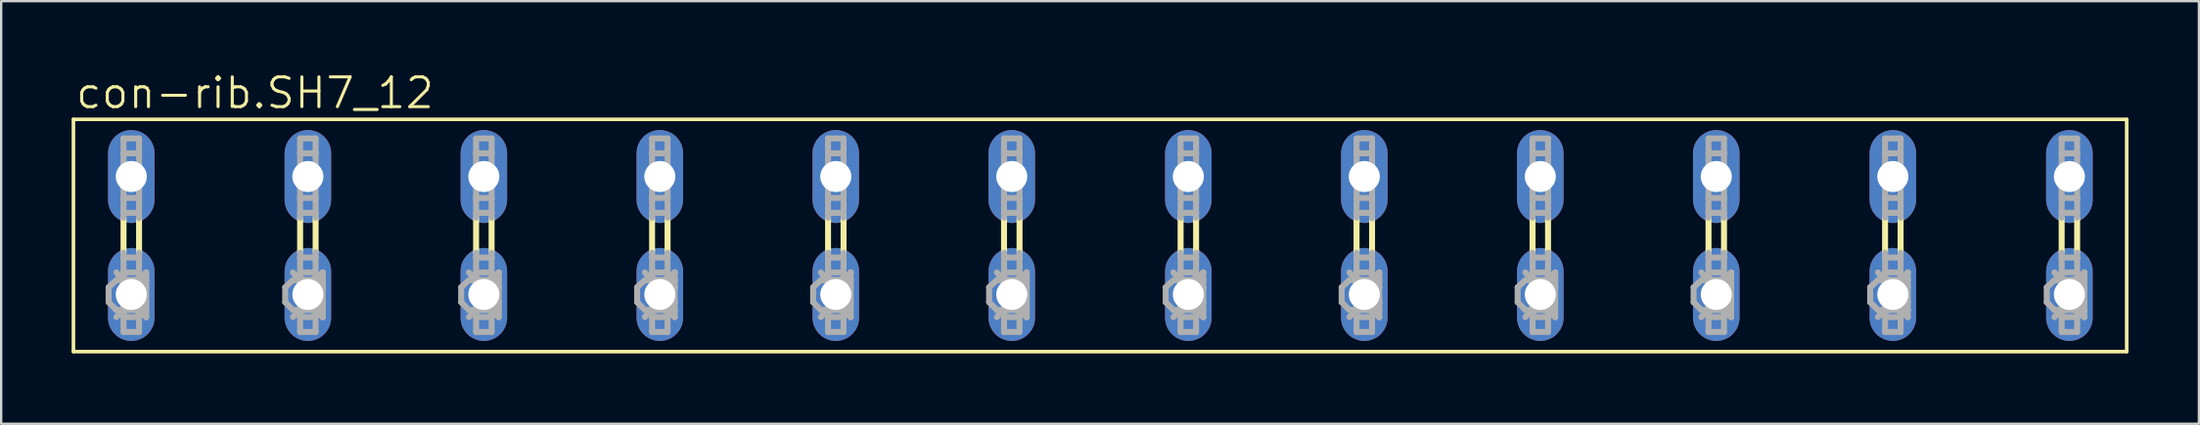
<source format=kicad_pcb>
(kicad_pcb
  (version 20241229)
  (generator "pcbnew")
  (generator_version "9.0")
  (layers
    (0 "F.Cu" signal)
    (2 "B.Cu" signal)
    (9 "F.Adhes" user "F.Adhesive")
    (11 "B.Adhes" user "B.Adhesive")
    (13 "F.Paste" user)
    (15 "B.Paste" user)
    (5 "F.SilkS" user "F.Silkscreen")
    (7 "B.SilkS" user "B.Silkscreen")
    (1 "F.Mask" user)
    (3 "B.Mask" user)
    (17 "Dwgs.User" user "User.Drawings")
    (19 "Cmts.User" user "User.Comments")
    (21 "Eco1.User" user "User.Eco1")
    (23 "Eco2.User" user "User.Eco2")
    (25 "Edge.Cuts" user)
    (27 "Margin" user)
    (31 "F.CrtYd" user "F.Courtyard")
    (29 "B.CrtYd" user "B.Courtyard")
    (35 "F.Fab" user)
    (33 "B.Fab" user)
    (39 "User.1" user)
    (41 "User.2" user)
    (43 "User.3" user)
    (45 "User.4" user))
  (footprint "con-rib.SH7_12"
    (layer "F.Cu")
    (at 43.79 6.994)
    (property "Reference" "con-rib.SH7_12" (at -43.688 -5.334 0) (layer "F.SilkS") (effects (font (size 1.27 1.27) (thickness 0.13)) (justify left bottom)))
    (attr through_hole)
    (fp_line (start -43.713 -4.953) (end -43.713 4.953) (stroke (width 0.152) (type default)) (layer "F.SilkS"))
    (fp_line (start -43.713 -4.953) (end 43.713 -4.953) (stroke (width 0.152) (type default)) (layer "F.SilkS"))
    (fp_line (start -41.58 0.711) (end -41.58 -0.737) (stroke (width 0.254) (type default)) (layer "F.SilkS"))
    (fp_line (start -40.919 0.711) (end -40.919 -0.737) (stroke (width 0.254) (type default)) (layer "F.SilkS"))
    (fp_line (start -34.061 0.711) (end -34.061 -0.737) (stroke (width 0.254) (type default)) (layer "F.SilkS"))
    (fp_line (start -33.401 0.711) (end -33.401 -0.737) (stroke (width 0.254) (type default)) (layer "F.SilkS"))
    (fp_line (start -26.568 0.711) (end -26.568 -0.737) (stroke (width 0.254) (type default)) (layer "F.SilkS"))
    (fp_line (start -25.908 0.711) (end -25.908 -0.737) (stroke (width 0.254) (type default)) (layer "F.SilkS"))
    (fp_line (start -19.075 0.711) (end -19.075 -0.737) (stroke (width 0.254) (type default)) (layer "F.SilkS"))
    (fp_line (start -18.415 0.711) (end -18.415 -0.737) (stroke (width 0.254) (type default)) (layer "F.SilkS"))
    (fp_line (start -11.582 0.711) (end -11.582 -0.737) (stroke (width 0.254) (type default)) (layer "F.SilkS"))
    (fp_line (start -10.922 0.711) (end -10.922 -0.737) (stroke (width 0.254) (type default)) (layer "F.SilkS"))
    (fp_line (start -4.089 0.711) (end -4.089 -0.737) (stroke (width 0.254) (type default)) (layer "F.SilkS"))
    (fp_line (start -3.429 0.711) (end -3.429 -0.737) (stroke (width 0.254) (type default)) (layer "F.SilkS"))
    (fp_line (start 3.429 0.737) (end 3.429 -0.737) (stroke (width 0.254) (type default)) (layer "F.SilkS"))
    (fp_line (start 4.089 0.711) (end 4.089 -0.737) (stroke (width 0.254) (type default)) (layer "F.SilkS"))
    (fp_line (start 10.922 0.711) (end 10.922 -0.737) (stroke (width 0.254) (type default)) (layer "F.SilkS"))
    (fp_line (start 11.582 0.711) (end 11.582 -0.737) (stroke (width 0.254) (type default)) (layer "F.SilkS"))
    (fp_line (start 18.415 0.711) (end 18.415 -0.737) (stroke (width 0.254) (type default)) (layer "F.SilkS"))
    (fp_line (start 19.075 0.711) (end 19.075 -0.737) (stroke (width 0.254) (type default)) (layer "F.SilkS"))
    (fp_line (start 25.908 0.711) (end 25.908 -0.737) (stroke (width 0.254) (type default)) (layer "F.SilkS"))
    (fp_line (start 26.568 0.711) (end 26.568 -0.737) (stroke (width 0.254) (type default)) (layer "F.SilkS"))
    (fp_line (start 33.426 0.711) (end 33.426 -0.737) (stroke (width 0.254) (type default)) (layer "F.SilkS"))
    (fp_line (start 34.087 0.711) (end 34.087 -0.737) (stroke (width 0.254) (type default)) (layer "F.SilkS"))
    (fp_line (start 40.945 0.711) (end 40.945 -0.737) (stroke (width 0.254) (type default)) (layer "F.SilkS"))
    (fp_line (start 41.605 0.711) (end 41.605 -0.737) (stroke (width 0.254) (type default)) (layer "F.SilkS"))
    (fp_line (start 43.713 4.953) (end -43.713 4.953) (stroke (width 0.152) (type default)) (layer "F.SilkS"))
    (fp_line (start 43.713 4.953) (end 43.713 -4.953) (stroke (width 0.152) (type default)) (layer "F.SilkS"))
    (fp_line (start -42.215 2.21) (end -41.885 1.905) (stroke (width 0.254) (type default)) (layer "F.Fab"))
    (fp_line (start -42.215 2.845) (end -42.215 2.21) (stroke (width 0.254) (type default)) (layer "F.Fab"))
    (fp_line (start -42.215 2.845) (end -41.885 3.175) (stroke (width 0.254) (type default)) (layer "F.Fab"))
    (fp_line (start -41.58 -4.14) (end -40.919 -4.14) (stroke (width 0.254) (type default)) (layer "F.Fab"))
    (fp_line (start -41.58 -3.505) (end -41.58 -4.14) (stroke (width 0.254) (type default)) (layer "F.Fab"))
    (fp_line (start -41.58 -3.505) (end -41.58 -1.6) (stroke (width 0.254) (type default)) (layer "F.Fab"))
    (fp_line (start -41.58 -1.6) (end -40.919 -1.6) (stroke (width 0.254) (type default)) (layer "F.Fab"))
    (fp_line (start -41.58 -0.965) (end -41.58 -1.6) (stroke (width 0.254) (type default)) (layer "F.Fab"))
    (fp_line (start -41.58 -0.965) (end -40.919 -0.965) (stroke (width 0.254) (type default)) (layer "F.Fab"))
    (fp_line (start -41.58 -0.762) (end -41.58 -0.965) (stroke (width 0.254) (type default)) (layer "F.Fab"))
    (fp_line (start -41.58 0.94) (end -41.58 0.737) (stroke (width 0.254) (type default)) (layer "F.Fab"))
    (fp_line (start -41.58 0.94) (end -40.919 0.94) (stroke (width 0.254) (type default)) (layer "F.Fab"))
    (fp_line (start -41.58 1.575) (end -41.58 0.94) (stroke (width 0.254) (type default)) (layer "F.Fab"))
    (fp_line (start -41.58 1.575) (end -41.58 3.48) (stroke (width 0.254) (type default)) (layer "F.Fab"))
    (fp_line (start -41.58 3.48) (end -41.58 4.115) (stroke (width 0.254) (type default)) (layer "F.Fab"))
    (fp_line (start -41.58 3.48) (end -40.919 3.48) (stroke (width 0.254) (type default)) (layer "F.Fab"))
    (fp_line (start -41.58 4.115) (end -40.919 4.115) (stroke (width 0.254) (type default)) (layer "F.Fab"))
    (fp_line (start -40.919 -4.14) (end -40.919 -3.505) (stroke (width 0.254) (type default)) (layer "F.Fab"))
    (fp_line (start -40.919 -3.505) (end -41.58 -3.505) (stroke (width 0.254) (type default)) (layer "F.Fab"))
    (fp_line (start -40.919 -1.6) (end -40.919 -3.505) (stroke (width 0.254) (type default)) (layer "F.Fab"))
    (fp_line (start -40.919 -0.965) (end -40.919 -1.6) (stroke (width 0.254) (type default)) (layer "F.Fab"))
    (fp_line (start -40.919 -0.737) (end -40.919 -0.94) (stroke (width 0.254) (type default)) (layer "F.Fab"))
    (fp_line (start -40.919 0.94) (end -40.919 0.737) (stroke (width 0.254) (type default)) (layer "F.Fab"))
    (fp_line (start -40.919 0.94) (end -40.919 1.575) (stroke (width 0.254) (type default)) (layer "F.Fab"))
    (fp_line (start -40.919 1.575) (end -41.58 1.575) (stroke (width 0.254) (type default)) (layer "F.Fab"))
    (fp_line (start -40.919 1.905) (end -41.885 1.905) (stroke (width 0.254) (type default)) (layer "F.Fab"))
    (fp_line (start -40.919 1.905) (end -40.919 1.575) (stroke (width 0.254) (type default)) (layer "F.Fab"))
    (fp_line (start -40.919 1.905) (end -40.615 1.575) (stroke (width 0.254) (type default)) (layer "F.Fab"))
    (fp_line (start -40.919 1.905) (end -40.615 2.21) (stroke (width 0.254) (type default)) (layer "F.Fab"))
    (fp_line (start -40.919 3.175) (end -41.885 3.175) (stroke (width 0.254) (type default)) (layer "F.Fab"))
    (fp_line (start -40.919 3.175) (end -40.919 1.905) (stroke (width 0.254) (type default)) (layer "F.Fab"))
    (fp_line (start -40.919 3.175) (end -40.615 2.845) (stroke (width 0.254) (type default)) (layer "F.Fab"))
    (fp_line (start -40.919 3.175) (end -40.615 3.48) (stroke (width 0.254) (type default)) (layer "F.Fab"))
    (fp_line (start -40.919 3.48) (end -40.919 3.175) (stroke (width 0.254) (type default)) (layer "F.Fab"))
    (fp_line (start -40.919 4.115) (end -40.919 3.48) (stroke (width 0.254) (type default)) (layer "F.Fab"))
    (fp_line (start -40.615 1.905) (end -40.919 1.905) (stroke (width 0.254) (type default)) (layer "F.Fab"))
    (fp_line (start -40.615 1.905) (end -40.615 1.575) (stroke (width 0.254) (type default)) (layer "F.Fab"))
    (fp_line (start -40.615 2.21) (end -40.615 1.905) (stroke (width 0.254) (type default)) (layer "F.Fab"))
    (fp_line (start -40.615 2.845) (end -40.615 2.21) (stroke (width 0.254) (type default)) (layer "F.Fab"))
    (fp_line (start -40.615 3.175) (end -40.919 3.175) (stroke (width 0.254) (type default)) (layer "F.Fab"))
    (fp_line (start -40.615 3.175) (end -40.615 2.845) (stroke (width 0.254) (type default)) (layer "F.Fab"))
    (fp_line (start -40.615 3.48) (end -40.615 3.175) (stroke (width 0.254) (type default)) (layer "F.Fab"))
    (fp_line (start -34.696 2.21) (end -34.366 1.905) (stroke (width 0.254) (type default)) (layer "F.Fab"))
    (fp_line (start -34.696 2.845) (end -34.696 2.21) (stroke (width 0.254) (type default)) (layer "F.Fab"))
    (fp_line (start -34.696 2.845) (end -34.366 3.175) (stroke (width 0.254) (type default)) (layer "F.Fab"))
    (fp_line (start -34.061 -4.14) (end -33.401 -4.14) (stroke (width 0.254) (type default)) (layer "F.Fab"))
    (fp_line (start -34.061 -3.505) (end -34.061 -4.14) (stroke (width 0.254) (type default)) (layer "F.Fab"))
    (fp_line (start -34.061 -3.505) (end -34.061 -1.6) (stroke (width 0.254) (type default)) (layer "F.Fab"))
    (fp_line (start -34.061 -1.6) (end -33.401 -1.6) (stroke (width 0.254) (type default)) (layer "F.Fab"))
    (fp_line (start -34.061 -0.965) (end -34.061 -1.6) (stroke (width 0.254) (type default)) (layer "F.Fab"))
    (fp_line (start -34.061 -0.965) (end -33.401 -0.965) (stroke (width 0.254) (type default)) (layer "F.Fab"))
    (fp_line (start -34.061 -0.762) (end -34.061 -0.965) (stroke (width 0.254) (type default)) (layer "F.Fab"))
    (fp_line (start -34.061 0.94) (end -34.061 0.737) (stroke (width 0.254) (type default)) (layer "F.Fab"))
    (fp_line (start -34.061 0.94) (end -33.401 0.94) (stroke (width 0.254) (type default)) (layer "F.Fab"))
    (fp_line (start -34.061 1.575) (end -34.061 0.94) (stroke (width 0.254) (type default)) (layer "F.Fab"))
    (fp_line (start -34.061 1.575) (end -34.061 3.48) (stroke (width 0.254) (type default)) (layer "F.Fab"))
    (fp_line (start -34.061 3.48) (end -34.061 4.115) (stroke (width 0.254) (type default)) (layer "F.Fab"))
    (fp_line (start -34.061 3.48) (end -33.401 3.48) (stroke (width 0.254) (type default)) (layer "F.Fab"))
    (fp_line (start -34.061 4.115) (end -33.401 4.115) (stroke (width 0.254) (type default)) (layer "F.Fab"))
    (fp_line (start -33.401 -4.14) (end -33.401 -3.505) (stroke (width 0.254) (type default)) (layer "F.Fab"))
    (fp_line (start -33.401 -3.505) (end -34.061 -3.505) (stroke (width 0.254) (type default)) (layer "F.Fab"))
    (fp_line (start -33.401 -1.6) (end -33.401 -3.505) (stroke (width 0.254) (type default)) (layer "F.Fab"))
    (fp_line (start -33.401 -0.965) (end -33.401 -1.6) (stroke (width 0.254) (type default)) (layer "F.Fab"))
    (fp_line (start -33.401 -0.762) (end -33.401 -0.965) (stroke (width 0.254) (type default)) (layer "F.Fab"))
    (fp_line (start -33.401 0.914) (end -33.401 0.711) (stroke (width 0.254) (type default)) (layer "F.Fab"))
    (fp_line (start -33.401 0.94) (end -33.401 1.575) (stroke (width 0.254) (type default)) (layer "F.Fab"))
    (fp_line (start -33.401 1.575) (end -34.061 1.575) (stroke (width 0.254) (type default)) (layer "F.Fab"))
    (fp_line (start -33.401 1.905) (end -34.366 1.905) (stroke (width 0.254) (type default)) (layer "F.Fab"))
    (fp_line (start -33.401 1.905) (end -33.401 1.575) (stroke (width 0.254) (type default)) (layer "F.Fab"))
    (fp_line (start -33.401 1.905) (end -33.096 1.575) (stroke (width 0.254) (type default)) (layer "F.Fab"))
    (fp_line (start -33.401 1.905) (end -33.096 2.21) (stroke (width 0.254) (type default)) (layer "F.Fab"))
    (fp_line (start -33.401 3.175) (end -34.366 3.175) (stroke (width 0.254) (type default)) (layer "F.Fab"))
    (fp_line (start -33.401 3.175) (end -33.401 1.905) (stroke (width 0.254) (type default)) (layer "F.Fab"))
    (fp_line (start -33.401 3.175) (end -33.096 2.845) (stroke (width 0.254) (type default)) (layer "F.Fab"))
    (fp_line (start -33.401 3.175) (end -33.096 3.48) (stroke (width 0.254) (type default)) (layer "F.Fab"))
    (fp_line (start -33.401 3.48) (end -33.401 3.175) (stroke (width 0.254) (type default)) (layer "F.Fab"))
    (fp_line (start -33.401 4.115) (end -33.401 3.48) (stroke (width 0.254) (type default)) (layer "F.Fab"))
    (fp_line (start -33.096 1.905) (end -33.401 1.905) (stroke (width 0.254) (type default)) (layer "F.Fab"))
    (fp_line (start -33.096 1.905) (end -33.096 1.575) (stroke (width 0.254) (type default)) (layer "F.Fab"))
    (fp_line (start -33.096 2.21) (end -33.096 1.905) (stroke (width 0.254) (type default)) (layer "F.Fab"))
    (fp_line (start -33.096 2.845) (end -33.096 2.21) (stroke (width 0.254) (type default)) (layer "F.Fab"))
    (fp_line (start -33.096 3.175) (end -33.401 3.175) (stroke (width 0.254) (type default)) (layer "F.Fab"))
    (fp_line (start -33.096 3.175) (end -33.096 2.845) (stroke (width 0.254) (type default)) (layer "F.Fab"))
    (fp_line (start -33.096 3.48) (end -33.096 3.175) (stroke (width 0.254) (type default)) (layer "F.Fab"))
    (fp_line (start -27.203 2.21) (end -26.873 1.905) (stroke (width 0.254) (type default)) (layer "F.Fab"))
    (fp_line (start -27.203 2.845) (end -27.203 2.21) (stroke (width 0.254) (type default)) (layer "F.Fab"))
    (fp_line (start -27.203 2.845) (end -26.873 3.175) (stroke (width 0.254) (type default)) (layer "F.Fab"))
    (fp_line (start -26.568 -4.14) (end -25.908 -4.14) (stroke (width 0.254) (type default)) (layer "F.Fab"))
    (fp_line (start -26.568 -3.505) (end -26.568 -4.14) (stroke (width 0.254) (type default)) (layer "F.Fab"))
    (fp_line (start -26.568 -3.505) (end -26.568 -1.6) (stroke (width 0.254) (type default)) (layer "F.Fab"))
    (fp_line (start -26.568 -1.6) (end -25.908 -1.6) (stroke (width 0.254) (type default)) (layer "F.Fab"))
    (fp_line (start -26.568 -0.965) (end -26.568 -1.6) (stroke (width 0.254) (type default)) (layer "F.Fab"))
    (fp_line (start -26.568 -0.965) (end -25.908 -0.965) (stroke (width 0.254) (type default)) (layer "F.Fab"))
    (fp_line (start -26.568 -0.762) (end -26.568 -0.965) (stroke (width 0.254) (type default)) (layer "F.Fab"))
    (fp_line (start -26.568 0.94) (end -26.568 0.737) (stroke (width 0.254) (type default)) (layer "F.Fab"))
    (fp_line (start -26.568 0.94) (end -25.908 0.94) (stroke (width 0.254) (type default)) (layer "F.Fab"))
    (fp_line (start -26.568 1.575) (end -26.568 0.94) (stroke (width 0.254) (type default)) (layer "F.Fab"))
    (fp_line (start -26.568 1.575) (end -26.568 3.48) (stroke (width 0.254) (type default)) (layer "F.Fab"))
    (fp_line (start -26.568 3.48) (end -26.568 4.115) (stroke (width 0.254) (type default)) (layer "F.Fab"))
    (fp_line (start -26.568 3.48) (end -25.908 3.48) (stroke (width 0.254) (type default)) (layer "F.Fab"))
    (fp_line (start -26.568 4.115) (end -25.908 4.115) (stroke (width 0.254) (type default)) (layer "F.Fab"))
    (fp_line (start -25.908 -4.14) (end -25.908 -3.505) (stroke (width 0.254) (type default)) (layer "F.Fab"))
    (fp_line (start -25.908 -3.505) (end -26.568 -3.505) (stroke (width 0.254) (type default)) (layer "F.Fab"))
    (fp_line (start -25.908 -1.6) (end -25.908 -3.505) (stroke (width 0.254) (type default)) (layer "F.Fab"))
    (fp_line (start -25.908 -0.965) (end -25.908 -1.6) (stroke (width 0.254) (type default)) (layer "F.Fab"))
    (fp_line (start -25.908 -0.762) (end -25.908 -0.965) (stroke (width 0.254) (type default)) (layer "F.Fab"))
    (fp_line (start -25.908 0.94) (end -25.908 0.737) (stroke (width 0.254) (type default)) (layer "F.Fab"))
    (fp_line (start -25.908 0.94) (end -25.908 1.575) (stroke (width 0.254) (type default)) (layer "F.Fab"))
    (fp_line (start -25.908 1.575) (end -26.568 1.575) (stroke (width 0.254) (type default)) (layer "F.Fab"))
    (fp_line (start -25.908 1.905) (end -26.873 1.905) (stroke (width 0.254) (type default)) (layer "F.Fab"))
    (fp_line (start -25.908 1.905) (end -25.908 1.575) (stroke (width 0.254) (type default)) (layer "F.Fab"))
    (fp_line (start -25.908 1.905) (end -25.603 1.575) (stroke (width 0.254) (type default)) (layer "F.Fab"))
    (fp_line (start -25.908 1.905) (end -25.603 2.21) (stroke (width 0.254) (type default)) (layer "F.Fab"))
    (fp_line (start -25.908 3.175) (end -26.873 3.175) (stroke (width 0.254) (type default)) (layer "F.Fab"))
    (fp_line (start -25.908 3.175) (end -25.908 1.905) (stroke (width 0.254) (type default)) (layer "F.Fab"))
    (fp_line (start -25.908 3.175) (end -25.603 2.845) (stroke (width 0.254) (type default)) (layer "F.Fab"))
    (fp_line (start -25.908 3.175) (end -25.603 3.48) (stroke (width 0.254) (type default)) (layer "F.Fab"))
    (fp_line (start -25.908 3.48) (end -25.908 3.175) (stroke (width 0.254) (type default)) (layer "F.Fab"))
    (fp_line (start -25.908 4.115) (end -25.908 3.48) (stroke (width 0.254) (type default)) (layer "F.Fab"))
    (fp_line (start -25.603 1.905) (end -25.908 1.905) (stroke (width 0.254) (type default)) (layer "F.Fab"))
    (fp_line (start -25.603 1.905) (end -25.603 1.575) (stroke (width 0.254) (type default)) (layer "F.Fab"))
    (fp_line (start -25.603 2.21) (end -25.603 1.905) (stroke (width 0.254) (type default)) (layer "F.Fab"))
    (fp_line (start -25.603 2.845) (end -25.603 2.21) (stroke (width 0.254) (type default)) (layer "F.Fab"))
    (fp_line (start -25.603 3.175) (end -25.908 3.175) (stroke (width 0.254) (type default)) (layer "F.Fab"))
    (fp_line (start -25.603 3.175) (end -25.603 2.845) (stroke (width 0.254) (type default)) (layer "F.Fab"))
    (fp_line (start -25.603 3.48) (end -25.603 3.175) (stroke (width 0.254) (type default)) (layer "F.Fab"))
    (fp_line (start -19.71 2.21) (end -19.38 1.905) (stroke (width 0.254) (type default)) (layer "F.Fab"))
    (fp_line (start -19.71 2.845) (end -19.71 2.21) (stroke (width 0.254) (type default)) (layer "F.Fab"))
    (fp_line (start -19.71 2.845) (end -19.38 3.175) (stroke (width 0.254) (type default)) (layer "F.Fab"))
    (fp_line (start -19.075 -4.14) (end -18.415 -4.14) (stroke (width 0.254) (type default)) (layer "F.Fab"))
    (fp_line (start -19.075 -3.505) (end -19.075 -4.14) (stroke (width 0.254) (type default)) (layer "F.Fab"))
    (fp_line (start -19.075 -3.505) (end -19.075 -1.6) (stroke (width 0.254) (type default)) (layer "F.Fab"))
    (fp_line (start -19.075 -1.6) (end -19.075 -0.965) (stroke (width 0.254) (type default)) (layer "F.Fab"))
    (fp_line (start -19.075 -1.6) (end -18.415 -1.6) (stroke (width 0.254) (type default)) (layer "F.Fab"))
    (fp_line (start -19.075 -0.965) (end -18.415 -0.965) (stroke (width 0.254) (type default)) (layer "F.Fab"))
    (fp_line (start -19.075 -0.762) (end -19.075 -0.965) (stroke (width 0.254) (type default)) (layer "F.Fab"))
    (fp_line (start -19.075 0.94) (end -19.075 0.737) (stroke (width 0.254) (type default)) (layer "F.Fab"))
    (fp_line (start -19.075 0.94) (end -18.415 0.94) (stroke (width 0.254) (type default)) (layer "F.Fab"))
    (fp_line (start -19.075 1.575) (end -19.075 0.94) (stroke (width 0.254) (type default)) (layer "F.Fab"))
    (fp_line (start -19.075 1.575) (end -19.075 3.48) (stroke (width 0.254) (type default)) (layer "F.Fab"))
    (fp_line (start -19.075 3.48) (end -19.075 4.115) (stroke (width 0.254) (type default)) (layer "F.Fab"))
    (fp_line (start -19.075 3.48) (end -18.415 3.48) (stroke (width 0.254) (type default)) (layer "F.Fab"))
    (fp_line (start -19.075 4.115) (end -18.415 4.115) (stroke (width 0.254) (type default)) (layer "F.Fab"))
    (fp_line (start -18.415 -4.14) (end -18.415 -3.505) (stroke (width 0.254) (type default)) (layer "F.Fab"))
    (fp_line (start -18.415 -3.505) (end -19.075 -3.505) (stroke (width 0.254) (type default)) (layer "F.Fab"))
    (fp_line (start -18.415 -1.6) (end -18.415 -3.505) (stroke (width 0.254) (type default)) (layer "F.Fab"))
    (fp_line (start -18.415 -0.965) (end -18.415 -1.6) (stroke (width 0.254) (type default)) (layer "F.Fab"))
    (fp_line (start -18.415 -0.762) (end -18.415 -0.965) (stroke (width 0.254) (type default)) (layer "F.Fab"))
    (fp_line (start -18.415 0.94) (end -18.415 0.737) (stroke (width 0.254) (type default)) (layer "F.Fab"))
    (fp_line (start -18.415 0.94) (end -18.415 1.575) (stroke (width 0.254) (type default)) (layer "F.Fab"))
    (fp_line (start -18.415 1.575) (end -19.075 1.575) (stroke (width 0.254) (type default)) (layer "F.Fab"))
    (fp_line (start -18.415 1.905) (end -19.38 1.905) (stroke (width 0.254) (type default)) (layer "F.Fab"))
    (fp_line (start -18.415 1.905) (end -18.415 1.575) (stroke (width 0.254) (type default)) (layer "F.Fab"))
    (fp_line (start -18.415 1.905) (end -18.11 1.575) (stroke (width 0.254) (type default)) (layer "F.Fab"))
    (fp_line (start -18.415 1.905) (end -18.11 2.21) (stroke (width 0.254) (type default)) (layer "F.Fab"))
    (fp_line (start -18.415 3.175) (end -19.38 3.175) (stroke (width 0.254) (type default)) (layer "F.Fab"))
    (fp_line (start -18.415 3.175) (end -18.415 1.905) (stroke (width 0.254) (type default)) (layer "F.Fab"))
    (fp_line (start -18.415 3.175) (end -18.11 2.845) (stroke (width 0.254) (type default)) (layer "F.Fab"))
    (fp_line (start -18.415 3.175) (end -18.11 3.48) (stroke (width 0.254) (type default)) (layer "F.Fab"))
    (fp_line (start -18.415 3.48) (end -18.415 3.175) (stroke (width 0.254) (type default)) (layer "F.Fab"))
    (fp_line (start -18.415 4.115) (end -18.415 3.48) (stroke (width 0.254) (type default)) (layer "F.Fab"))
    (fp_line (start -18.11 1.905) (end -18.415 1.905) (stroke (width 0.254) (type default)) (layer "F.Fab"))
    (fp_line (start -18.11 1.905) (end -18.11 1.575) (stroke (width 0.254) (type default)) (layer "F.Fab"))
    (fp_line (start -18.11 2.21) (end -18.11 1.905) (stroke (width 0.254) (type default)) (layer "F.Fab"))
    (fp_line (start -18.11 2.845) (end -18.11 2.21) (stroke (width 0.254) (type default)) (layer "F.Fab"))
    (fp_line (start -18.11 3.175) (end -18.415 3.175) (stroke (width 0.254) (type default)) (layer "F.Fab"))
    (fp_line (start -18.11 3.175) (end -18.11 2.845) (stroke (width 0.254) (type default)) (layer "F.Fab"))
    (fp_line (start -18.11 3.48) (end -18.11 3.175) (stroke (width 0.254) (type default)) (layer "F.Fab"))
    (fp_line (start -12.217 2.21) (end -11.887 1.905) (stroke (width 0.254) (type default)) (layer "F.Fab"))
    (fp_line (start -12.217 2.845) (end -12.217 2.21) (stroke (width 0.254) (type default)) (layer "F.Fab"))
    (fp_line (start -12.217 2.845) (end -11.887 3.175) (stroke (width 0.254) (type default)) (layer "F.Fab"))
    (fp_line (start -11.582 -4.14) (end -10.922 -4.14) (stroke (width 0.254) (type default)) (layer "F.Fab"))
    (fp_line (start -11.582 -3.505) (end -11.582 -4.14) (stroke (width 0.254) (type default)) (layer "F.Fab"))
    (fp_line (start -11.582 -3.505) (end -11.582 -1.6) (stroke (width 0.254) (type default)) (layer "F.Fab"))
    (fp_line (start -11.582 -1.6) (end -10.922 -1.6) (stroke (width 0.254) (type default)) (layer "F.Fab"))
    (fp_line (start -11.582 -0.965) (end -11.582 -1.6) (stroke (width 0.254) (type default)) (layer "F.Fab"))
    (fp_line (start -11.582 -0.965) (end -10.922 -0.965) (stroke (width 0.254) (type default)) (layer "F.Fab"))
    (fp_line (start -11.582 -0.762) (end -11.582 -0.965) (stroke (width 0.254) (type default)) (layer "F.Fab"))
    (fp_line (start -11.582 0.94) (end -11.582 0.737) (stroke (width 0.254) (type default)) (layer "F.Fab"))
    (fp_line (start -11.582 0.94) (end -10.922 0.94) (stroke (width 0.254) (type default)) (layer "F.Fab"))
    (fp_line (start -11.582 1.575) (end -11.582 0.94) (stroke (width 0.254) (type default)) (layer "F.Fab"))
    (fp_line (start -11.582 1.575) (end -11.582 3.48) (stroke (width 0.254) (type default)) (layer "F.Fab"))
    (fp_line (start -11.582 3.48) (end -11.582 4.115) (stroke (width 0.254) (type default)) (layer "F.Fab"))
    (fp_line (start -11.582 3.48) (end -10.922 3.48) (stroke (width 0.254) (type default)) (layer "F.Fab"))
    (fp_line (start -11.582 4.115) (end -10.922 4.115) (stroke (width 0.254) (type default)) (layer "F.Fab"))
    (fp_line (start -10.922 -4.14) (end -10.922 -3.505) (stroke (width 0.254) (type default)) (layer "F.Fab"))
    (fp_line (start -10.922 -3.505) (end -11.582 -3.505) (stroke (width 0.254) (type default)) (layer "F.Fab"))
    (fp_line (start -10.922 -1.6) (end -10.922 -3.505) (stroke (width 0.254) (type default)) (layer "F.Fab"))
    (fp_line (start -10.922 -0.965) (end -10.922 -1.6) (stroke (width 0.254) (type default)) (layer "F.Fab"))
    (fp_line (start -10.922 -0.762) (end -10.922 -0.965) (stroke (width 0.254) (type default)) (layer "F.Fab"))
    (fp_line (start -10.922 0.94) (end -10.922 0.737) (stroke (width 0.254) (type default)) (layer "F.Fab"))
    (fp_line (start -10.922 0.94) (end -10.922 1.575) (stroke (width 0.254) (type default)) (layer "F.Fab"))
    (fp_line (start -10.922 1.575) (end -11.582 1.575) (stroke (width 0.254) (type default)) (layer "F.Fab"))
    (fp_line (start -10.922 1.905) (end -11.887 1.905) (stroke (width 0.254) (type default)) (layer "F.Fab"))
    (fp_line (start -10.922 1.905) (end -10.922 1.575) (stroke (width 0.254) (type default)) (layer "F.Fab"))
    (fp_line (start -10.922 1.905) (end -10.617 1.575) (stroke (width 0.254) (type default)) (layer "F.Fab"))
    (fp_line (start -10.922 1.905) (end -10.617 2.21) (stroke (width 0.254) (type default)) (layer "F.Fab"))
    (fp_line (start -10.922 3.175) (end -11.887 3.175) (stroke (width 0.254) (type default)) (layer "F.Fab"))
    (fp_line (start -10.922 3.175) (end -10.922 1.905) (stroke (width 0.254) (type default)) (layer "F.Fab"))
    (fp_line (start -10.922 3.175) (end -10.617 2.845) (stroke (width 0.254) (type default)) (layer "F.Fab"))
    (fp_line (start -10.922 3.175) (end -10.617 3.48) (stroke (width 0.254) (type default)) (layer "F.Fab"))
    (fp_line (start -10.922 3.48) (end -10.922 3.175) (stroke (width 0.254) (type default)) (layer "F.Fab"))
    (fp_line (start -10.922 4.115) (end -10.922 3.48) (stroke (width 0.254) (type default)) (layer "F.Fab"))
    (fp_line (start -10.617 1.905) (end -10.922 1.905) (stroke (width 0.254) (type default)) (layer "F.Fab"))
    (fp_line (start -10.617 1.905) (end -10.617 1.575) (stroke (width 0.254) (type default)) (layer "F.Fab"))
    (fp_line (start -10.617 2.21) (end -10.617 1.905) (stroke (width 0.254) (type default)) (layer "F.Fab"))
    (fp_line (start -10.617 2.845) (end -10.617 2.21) (stroke (width 0.254) (type default)) (layer "F.Fab"))
    (fp_line (start -10.617 3.175) (end -10.922 3.175) (stroke (width 0.254) (type default)) (layer "F.Fab"))
    (fp_line (start -10.617 3.175) (end -10.617 2.845) (stroke (width 0.254) (type default)) (layer "F.Fab"))
    (fp_line (start -10.617 3.48) (end -10.617 3.175) (stroke (width 0.254) (type default)) (layer "F.Fab"))
    (fp_line (start -4.724 2.21) (end -4.394 1.905) (stroke (width 0.254) (type default)) (layer "F.Fab"))
    (fp_line (start -4.724 2.845) (end -4.724 2.21) (stroke (width 0.254) (type default)) (layer "F.Fab"))
    (fp_line (start -4.724 2.845) (end -4.394 3.175) (stroke (width 0.254) (type default)) (layer "F.Fab"))
    (fp_line (start -4.089 -4.14) (end -3.429 -4.14) (stroke (width 0.254) (type default)) (layer "F.Fab"))
    (fp_line (start -4.089 -3.505) (end -4.089 -4.14) (stroke (width 0.254) (type default)) (layer "F.Fab"))
    (fp_line (start -4.089 -3.505) (end -4.089 -1.6) (stroke (width 0.254) (type default)) (layer "F.Fab"))
    (fp_line (start -4.089 -1.6) (end -4.089 -0.965) (stroke (width 0.254) (type default)) (layer "F.Fab"))
    (fp_line (start -4.089 -1.6) (end -3.429 -1.6) (stroke (width 0.254) (type default)) (layer "F.Fab"))
    (fp_line (start -4.089 -0.965) (end -3.429 -0.965) (stroke (width 0.254) (type default)) (layer "F.Fab"))
    (fp_line (start -4.089 -0.762) (end -4.089 -0.965) (stroke (width 0.254) (type default)) (layer "F.Fab"))
    (fp_line (start -4.089 0.94) (end -4.089 0.737) (stroke (width 0.254) (type default)) (layer "F.Fab"))
    (fp_line (start -4.089 0.94) (end -3.429 0.94) (stroke (width 0.254) (type default)) (layer "F.Fab"))
    (fp_line (start -4.089 1.575) (end -4.089 0.94) (stroke (width 0.254) (type default)) (layer "F.Fab"))
    (fp_line (start -4.089 1.575) (end -4.089 3.48) (stroke (width 0.254) (type default)) (layer "F.Fab"))
    (fp_line (start -4.089 3.48) (end -4.089 4.115) (stroke (width 0.254) (type default)) (layer "F.Fab"))
    (fp_line (start -4.089 3.48) (end -3.429 3.48) (stroke (width 0.254) (type default)) (layer "F.Fab"))
    (fp_line (start -4.089 4.115) (end -3.429 4.115) (stroke (width 0.254) (type default)) (layer "F.Fab"))
    (fp_line (start -3.429 -4.14) (end -3.429 -3.505) (stroke (width 0.254) (type default)) (layer "F.Fab"))
    (fp_line (start -3.429 -3.505) (end -4.089 -3.505) (stroke (width 0.254) (type default)) (layer "F.Fab"))
    (fp_line (start -3.429 -1.6) (end -3.429 -3.505) (stroke (width 0.254) (type default)) (layer "F.Fab"))
    (fp_line (start -3.429 -0.965) (end -3.429 -1.6) (stroke (width 0.254) (type default)) (layer "F.Fab"))
    (fp_line (start -3.429 -0.762) (end -3.429 -0.965) (stroke (width 0.254) (type default)) (layer "F.Fab"))
    (fp_line (start -3.429 0.94) (end -3.429 0.737) (stroke (width 0.254) (type default)) (layer "F.Fab"))
    (fp_line (start -3.429 0.94) (end -3.429 1.575) (stroke (width 0.254) (type default)) (layer "F.Fab"))
    (fp_line (start -3.429 1.575) (end -4.089 1.575) (stroke (width 0.254) (type default)) (layer "F.Fab"))
    (fp_line (start -3.429 1.905) (end -4.394 1.905) (stroke (width 0.254) (type default)) (layer "F.Fab"))
    (fp_line (start -3.429 1.905) (end -3.429 1.575) (stroke (width 0.254) (type default)) (layer "F.Fab"))
    (fp_line (start -3.429 1.905) (end -3.124 1.575) (stroke (width 0.254) (type default)) (layer "F.Fab"))
    (fp_line (start -3.429 1.905) (end -3.124 2.21) (stroke (width 0.254) (type default)) (layer "F.Fab"))
    (fp_line (start -3.429 3.175) (end -4.394 3.175) (stroke (width 0.254) (type default)) (layer "F.Fab"))
    (fp_line (start -3.429 3.175) (end -3.429 1.905) (stroke (width 0.254) (type default)) (layer "F.Fab"))
    (fp_line (start -3.429 3.175) (end -3.124 2.845) (stroke (width 0.254) (type default)) (layer "F.Fab"))
    (fp_line (start -3.429 3.175) (end -3.124 3.48) (stroke (width 0.254) (type default)) (layer "F.Fab"))
    (fp_line (start -3.429 3.48) (end -3.429 3.175) (stroke (width 0.254) (type default)) (layer "F.Fab"))
    (fp_line (start -3.429 4.115) (end -3.429 3.48) (stroke (width 0.254) (type default)) (layer "F.Fab"))
    (fp_line (start -3.124 1.905) (end -3.429 1.905) (stroke (width 0.254) (type default)) (layer "F.Fab"))
    (fp_line (start -3.124 1.905) (end -3.124 1.575) (stroke (width 0.254) (type default)) (layer "F.Fab"))
    (fp_line (start -3.124 2.21) (end -3.124 1.905) (stroke (width 0.254) (type default)) (layer "F.Fab"))
    (fp_line (start -3.124 2.845) (end -3.124 2.21) (stroke (width 0.254) (type default)) (layer "F.Fab"))
    (fp_line (start -3.124 3.175) (end -3.429 3.175) (stroke (width 0.254) (type default)) (layer "F.Fab"))
    (fp_line (start -3.124 3.175) (end -3.124 2.845) (stroke (width 0.254) (type default)) (layer "F.Fab"))
    (fp_line (start -3.124 3.48) (end -3.124 3.175) (stroke (width 0.254) (type default)) (layer "F.Fab"))
    (fp_line (start 2.794 2.21) (end 3.124 1.905) (stroke (width 0.254) (type default)) (layer "F.Fab"))
    (fp_line (start 2.794 2.845) (end 2.794 2.21) (stroke (width 0.254) (type default)) (layer "F.Fab"))
    (fp_line (start 2.794 2.845) (end 3.124 3.175) (stroke (width 0.254) (type default)) (layer "F.Fab"))
    (fp_line (start 3.429 -4.14) (end 4.089 -4.14) (stroke (width 0.254) (type default)) (layer "F.Fab"))
    (fp_line (start 3.429 -3.505) (end 3.429 -4.14) (stroke (width 0.254) (type default)) (layer "F.Fab"))
    (fp_line (start 3.429 -3.505) (end 3.429 -1.6) (stroke (width 0.254) (type default)) (layer "F.Fab"))
    (fp_line (start 3.429 -1.6) (end 3.429 -0.965) (stroke (width 0.254) (type default)) (layer "F.Fab"))
    (fp_line (start 3.429 -1.6) (end 4.089 -1.6) (stroke (width 0.254) (type default)) (layer "F.Fab"))
    (fp_line (start 3.429 -0.965) (end 4.089 -0.965) (stroke (width 0.254) (type default)) (layer "F.Fab"))
    (fp_line (start 3.429 -0.762) (end 3.429 -0.965) (stroke (width 0.254) (type default)) (layer "F.Fab"))
    (fp_line (start 3.429 0.94) (end 3.429 0.737) (stroke (width 0.254) (type default)) (layer "F.Fab"))
    (fp_line (start 3.429 0.94) (end 4.089 0.94) (stroke (width 0.254) (type default)) (layer "F.Fab"))
    (fp_line (start 3.429 1.575) (end 3.429 0.94) (stroke (width 0.254) (type default)) (layer "F.Fab"))
    (fp_line (start 3.429 1.575) (end 3.429 3.48) (stroke (width 0.254) (type default)) (layer "F.Fab"))
    (fp_line (start 3.429 3.48) (end 3.429 4.115) (stroke (width 0.254) (type default)) (layer "F.Fab"))
    (fp_line (start 3.429 3.48) (end 4.089 3.48) (stroke (width 0.254) (type default)) (layer "F.Fab"))
    (fp_line (start 3.429 4.115) (end 4.089 4.115) (stroke (width 0.254) (type default)) (layer "F.Fab"))
    (fp_line (start 4.089 -4.14) (end 4.089 -3.505) (stroke (width 0.254) (type default)) (layer "F.Fab"))
    (fp_line (start 4.089 -3.505) (end 3.429 -3.505) (stroke (width 0.254) (type default)) (layer "F.Fab"))
    (fp_line (start 4.089 -1.6) (end 4.089 -3.505) (stroke (width 0.254) (type default)) (layer "F.Fab"))
    (fp_line (start 4.089 -0.965) (end 4.089 -1.6) (stroke (width 0.254) (type default)) (layer "F.Fab"))
    (fp_line (start 4.089 -0.762) (end 4.089 -0.965) (stroke (width 0.254) (type default)) (layer "F.Fab"))
    (fp_line (start 4.089 0.94) (end 4.089 0.737) (stroke (width 0.254) (type default)) (layer "F.Fab"))
    (fp_line (start 4.089 0.94) (end 4.089 1.575) (stroke (width 0.254) (type default)) (layer "F.Fab"))
    (fp_line (start 4.089 1.575) (end 3.429 1.575) (stroke (width 0.254) (type default)) (layer "F.Fab"))
    (fp_line (start 4.089 1.905) (end 3.124 1.905) (stroke (width 0.254) (type default)) (layer "F.Fab"))
    (fp_line (start 4.089 1.905) (end 4.089 1.575) (stroke (width 0.254) (type default)) (layer "F.Fab"))
    (fp_line (start 4.089 1.905) (end 4.394 1.575) (stroke (width 0.254) (type default)) (layer "F.Fab"))
    (fp_line (start 4.089 1.905) (end 4.394 2.21) (stroke (width 0.254) (type default)) (layer "F.Fab"))
    (fp_line (start 4.089 3.175) (end 3.124 3.175) (stroke (width 0.254) (type default)) (layer "F.Fab"))
    (fp_line (start 4.089 3.175) (end 4.089 1.905) (stroke (width 0.254) (type default)) (layer "F.Fab"))
    (fp_line (start 4.089 3.175) (end 4.394 2.845) (stroke (width 0.254) (type default)) (layer "F.Fab"))
    (fp_line (start 4.089 3.175) (end 4.394 3.48) (stroke (width 0.254) (type default)) (layer "F.Fab"))
    (fp_line (start 4.089 3.48) (end 4.089 3.175) (stroke (width 0.254) (type default)) (layer "F.Fab"))
    (fp_line (start 4.089 4.115) (end 4.089 3.48) (stroke (width 0.254) (type default)) (layer "F.Fab"))
    (fp_line (start 4.394 1.905) (end 4.089 1.905) (stroke (width 0.254) (type default)) (layer "F.Fab"))
    (fp_line (start 4.394 1.905) (end 4.394 1.575) (stroke (width 0.254) (type default)) (layer "F.Fab"))
    (fp_line (start 4.394 2.21) (end 4.394 1.905) (stroke (width 0.254) (type default)) (layer "F.Fab"))
    (fp_line (start 4.394 2.845) (end 4.394 2.21) (stroke (width 0.254) (type default)) (layer "F.Fab"))
    (fp_line (start 4.394 3.175) (end 4.089 3.175) (stroke (width 0.254) (type default)) (layer "F.Fab"))
    (fp_line (start 4.394 3.175) (end 4.394 2.845) (stroke (width 0.254) (type default)) (layer "F.Fab"))
    (fp_line (start 4.394 3.48) (end 4.394 3.175) (stroke (width 0.254) (type default)) (layer "F.Fab"))
    (fp_line (start 10.287 2.21) (end 10.617 1.905) (stroke (width 0.254) (type default)) (layer "F.Fab"))
    (fp_line (start 10.287 2.845) (end 10.287 2.21) (stroke (width 0.254) (type default)) (layer "F.Fab"))
    (fp_line (start 10.287 2.845) (end 10.617 3.175) (stroke (width 0.254) (type default)) (layer "F.Fab"))
    (fp_line (start 10.922 -4.14) (end 11.582 -4.14) (stroke (width 0.254) (type default)) (layer "F.Fab"))
    (fp_line (start 10.922 -3.505) (end 10.922 -4.14) (stroke (width 0.254) (type default)) (layer "F.Fab"))
    (fp_line (start 10.922 -3.505) (end 10.922 -1.6) (stroke (width 0.254) (type default)) (layer "F.Fab"))
    (fp_line (start 10.922 -1.6) (end 11.582 -1.6) (stroke (width 0.254) (type default)) (layer "F.Fab"))
    (fp_line (start 10.922 -0.965) (end 10.922 -1.6) (stroke (width 0.254) (type default)) (layer "F.Fab"))
    (fp_line (start 10.922 -0.965) (end 11.582 -0.965) (stroke (width 0.254) (type default)) (layer "F.Fab"))
    (fp_line (start 10.922 -0.762) (end 10.922 -0.965) (stroke (width 0.254) (type default)) (layer "F.Fab"))
    (fp_line (start 10.922 0.94) (end 10.922 0.737) (stroke (width 0.254) (type default)) (layer "F.Fab"))
    (fp_line (start 10.922 0.94) (end 11.582 0.94) (stroke (width 0.254) (type default)) (layer "F.Fab"))
    (fp_line (start 10.922 1.575) (end 10.922 0.94) (stroke (width 0.254) (type default)) (layer "F.Fab"))
    (fp_line (start 10.922 1.575) (end 10.922 3.48) (stroke (width 0.254) (type default)) (layer "F.Fab"))
    (fp_line (start 10.922 3.48) (end 10.922 4.115) (stroke (width 0.254) (type default)) (layer "F.Fab"))
    (fp_line (start 10.922 3.48) (end 11.582 3.48) (stroke (width 0.254) (type default)) (layer "F.Fab"))
    (fp_line (start 10.922 4.115) (end 11.582 4.115) (stroke (width 0.254) (type default)) (layer "F.Fab"))
    (fp_line (start 11.582 -4.14) (end 11.582 -3.505) (stroke (width 0.254) (type default)) (layer "F.Fab"))
    (fp_line (start 11.582 -3.505) (end 10.922 -3.505) (stroke (width 0.254) (type default)) (layer "F.Fab"))
    (fp_line (start 11.582 -1.6) (end 11.582 -3.505) (stroke (width 0.254) (type default)) (layer "F.Fab"))
    (fp_line (start 11.582 -0.965) (end 11.582 -1.6) (stroke (width 0.254) (type default)) (layer "F.Fab"))
    (fp_line (start 11.582 -0.737) (end 11.582 -0.94) (stroke (width 0.254) (type default)) (layer "F.Fab"))
    (fp_line (start 11.582 0.94) (end 11.582 0.737) (stroke (width 0.254) (type default)) (layer "F.Fab"))
    (fp_line (start 11.582 0.94) (end 11.582 1.575) (stroke (width 0.254) (type default)) (layer "F.Fab"))
    (fp_line (start 11.582 1.575) (end 10.922 1.575) (stroke (width 0.254) (type default)) (layer "F.Fab"))
    (fp_line (start 11.582 1.905) (end 10.617 1.905) (stroke (width 0.254) (type default)) (layer "F.Fab"))
    (fp_line (start 11.582 1.905) (end 11.582 1.575) (stroke (width 0.254) (type default)) (layer "F.Fab"))
    (fp_line (start 11.582 1.905) (end 11.887 1.575) (stroke (width 0.254) (type default)) (layer "F.Fab"))
    (fp_line (start 11.582 1.905) (end 11.887 2.21) (stroke (width 0.254) (type default)) (layer "F.Fab"))
    (fp_line (start 11.582 3.175) (end 10.617 3.175) (stroke (width 0.254) (type default)) (layer "F.Fab"))
    (fp_line (start 11.582 3.175) (end 11.582 1.905) (stroke (width 0.254) (type default)) (layer "F.Fab"))
    (fp_line (start 11.582 3.175) (end 11.887 2.845) (stroke (width 0.254) (type default)) (layer "F.Fab"))
    (fp_line (start 11.582 3.175) (end 11.887 3.48) (stroke (width 0.254) (type default)) (layer "F.Fab"))
    (fp_line (start 11.582 3.48) (end 11.582 3.175) (stroke (width 0.254) (type default)) (layer "F.Fab"))
    (fp_line (start 11.582 4.115) (end 11.582 3.48) (stroke (width 0.254) (type default)) (layer "F.Fab"))
    (fp_line (start 11.887 1.905) (end 11.582 1.905) (stroke (width 0.254) (type default)) (layer "F.Fab"))
    (fp_line (start 11.887 1.905) (end 11.887 1.575) (stroke (width 0.254) (type default)) (layer "F.Fab"))
    (fp_line (start 11.887 2.21) (end 11.887 1.905) (stroke (width 0.254) (type default)) (layer "F.Fab"))
    (fp_line (start 11.887 2.845) (end 11.887 2.21) (stroke (width 0.254) (type default)) (layer "F.Fab"))
    (fp_line (start 11.887 3.175) (end 11.582 3.175) (stroke (width 0.254) (type default)) (layer "F.Fab"))
    (fp_line (start 11.887 3.175) (end 11.887 2.845) (stroke (width 0.254) (type default)) (layer "F.Fab"))
    (fp_line (start 11.887 3.48) (end 11.887 3.175) (stroke (width 0.254) (type default)) (layer "F.Fab"))
    (fp_line (start 17.78 2.21) (end 18.11 1.905) (stroke (width 0.254) (type default)) (layer "F.Fab"))
    (fp_line (start 17.78 2.845) (end 17.78 2.21) (stroke (width 0.254) (type default)) (layer "F.Fab"))
    (fp_line (start 17.78 2.845) (end 18.11 3.175) (stroke (width 0.254) (type default)) (layer "F.Fab"))
    (fp_line (start 18.415 -4.14) (end 19.075 -4.14) (stroke (width 0.254) (type default)) (layer "F.Fab"))
    (fp_line (start 18.415 -3.505) (end 18.415 -4.14) (stroke (width 0.254) (type default)) (layer "F.Fab"))
    (fp_line (start 18.415 -3.505) (end 18.415 -1.6) (stroke (width 0.254) (type default)) (layer "F.Fab"))
    (fp_line (start 18.415 -1.6) (end 18.415 -0.965) (stroke (width 0.254) (type default)) (layer "F.Fab"))
    (fp_line (start 18.415 -1.6) (end 19.075 -1.6) (stroke (width 0.254) (type default)) (layer "F.Fab"))
    (fp_line (start 18.415 -0.965) (end 19.075 -0.965) (stroke (width 0.254) (type default)) (layer "F.Fab"))
    (fp_line (start 18.415 -0.762) (end 18.415 -0.965) (stroke (width 0.254) (type default)) (layer "F.Fab"))
    (fp_line (start 18.415 0.94) (end 18.415 0.737) (stroke (width 0.254) (type default)) (layer "F.Fab"))
    (fp_line (start 18.415 0.94) (end 19.075 0.94) (stroke (width 0.254) (type default)) (layer "F.Fab"))
    (fp_line (start 18.415 1.575) (end 18.415 0.94) (stroke (width 0.254) (type default)) (layer "F.Fab"))
    (fp_line (start 18.415 1.575) (end 18.415 3.48) (stroke (width 0.254) (type default)) (layer "F.Fab"))
    (fp_line (start 18.415 3.48) (end 18.415 4.115) (stroke (width 0.254) (type default)) (layer "F.Fab"))
    (fp_line (start 18.415 3.48) (end 19.075 3.48) (stroke (width 0.254) (type default)) (layer "F.Fab"))
    (fp_line (start 18.415 4.115) (end 19.075 4.115) (stroke (width 0.254) (type default)) (layer "F.Fab"))
    (fp_line (start 19.075 -4.14) (end 19.075 -3.505) (stroke (width 0.254) (type default)) (layer "F.Fab"))
    (fp_line (start 19.075 -3.505) (end 18.415 -3.505) (stroke (width 0.254) (type default)) (layer "F.Fab"))
    (fp_line (start 19.075 -1.6) (end 19.075 -3.505) (stroke (width 0.254) (type default)) (layer "F.Fab"))
    (fp_line (start 19.075 -0.965) (end 19.075 -1.6) (stroke (width 0.254) (type default)) (layer "F.Fab"))
    (fp_line (start 19.075 -0.762) (end 19.075 -0.965) (stroke (width 0.254) (type default)) (layer "F.Fab"))
    (fp_line (start 19.075 0.94) (end 19.075 0.737) (stroke (width 0.254) (type default)) (layer "F.Fab"))
    (fp_line (start 19.075 0.94) (end 19.075 1.575) (stroke (width 0.254) (type default)) (layer "F.Fab"))
    (fp_line (start 19.075 1.575) (end 18.415 1.575) (stroke (width 0.254) (type default)) (layer "F.Fab"))
    (fp_line (start 19.075 1.905) (end 18.11 1.905) (stroke (width 0.254) (type default)) (layer "F.Fab"))
    (fp_line (start 19.075 1.905) (end 19.075 1.575) (stroke (width 0.254) (type default)) (layer "F.Fab"))
    (fp_line (start 19.075 1.905) (end 19.38 1.575) (stroke (width 0.254) (type default)) (layer "F.Fab"))
    (fp_line (start 19.075 1.905) (end 19.38 2.21) (stroke (width 0.254) (type default)) (layer "F.Fab"))
    (fp_line (start 19.075 3.175) (end 18.11 3.175) (stroke (width 0.254) (type default)) (layer "F.Fab"))
    (fp_line (start 19.075 3.175) (end 19.075 1.905) (stroke (width 0.254) (type default)) (layer "F.Fab"))
    (fp_line (start 19.075 3.175) (end 19.38 2.845) (stroke (width 0.254) (type default)) (layer "F.Fab"))
    (fp_line (start 19.075 3.175) (end 19.38 3.48) (stroke (width 0.254) (type default)) (layer "F.Fab"))
    (fp_line (start 19.075 3.48) (end 19.075 3.175) (stroke (width 0.254) (type default)) (layer "F.Fab"))
    (fp_line (start 19.075 4.115) (end 19.075 3.48) (stroke (width 0.254) (type default)) (layer "F.Fab"))
    (fp_line (start 19.38 1.905) (end 19.075 1.905) (stroke (width 0.254) (type default)) (layer "F.Fab"))
    (fp_line (start 19.38 1.905) (end 19.38 1.575) (stroke (width 0.254) (type default)) (layer "F.Fab"))
    (fp_line (start 19.38 2.21) (end 19.38 1.905) (stroke (width 0.254) (type default)) (layer "F.Fab"))
    (fp_line (start 19.38 2.845) (end 19.38 2.21) (stroke (width 0.254) (type default)) (layer "F.Fab"))
    (fp_line (start 19.38 3.175) (end 19.075 3.175) (stroke (width 0.254) (type default)) (layer "F.Fab"))
    (fp_line (start 19.38 3.175) (end 19.38 2.845) (stroke (width 0.254) (type default)) (layer "F.Fab"))
    (fp_line (start 19.38 3.48) (end 19.38 3.175) (stroke (width 0.254) (type default)) (layer "F.Fab"))
    (fp_line (start 25.273 2.21) (end 25.603 1.905) (stroke (width 0.254) (type default)) (layer "F.Fab"))
    (fp_line (start 25.273 2.845) (end 25.273 2.21) (stroke (width 0.254) (type default)) (layer "F.Fab"))
    (fp_line (start 25.273 2.845) (end 25.603 3.175) (stroke (width 0.254) (type default)) (layer "F.Fab"))
    (fp_line (start 25.908 -4.14) (end 26.568 -4.14) (stroke (width 0.254) (type default)) (layer "F.Fab"))
    (fp_line (start 25.908 -3.505) (end 25.908 -4.14) (stroke (width 0.254) (type default)) (layer "F.Fab"))
    (fp_line (start 25.908 -3.505) (end 25.908 -1.6) (stroke (width 0.254) (type default)) (layer "F.Fab"))
    (fp_line (start 25.908 -1.6) (end 25.908 -0.965) (stroke (width 0.254) (type default)) (layer "F.Fab"))
    (fp_line (start 25.908 -1.6) (end 26.568 -1.6) (stroke (width 0.254) (type default)) (layer "F.Fab"))
    (fp_line (start 25.908 -0.965) (end 26.568 -0.965) (stroke (width 0.254) (type default)) (layer "F.Fab"))
    (fp_line (start 25.908 -0.762) (end 25.908 -0.965) (stroke (width 0.254) (type default)) (layer "F.Fab"))
    (fp_line (start 25.908 0.94) (end 25.908 0.737) (stroke (width 0.254) (type default)) (layer "F.Fab"))
    (fp_line (start 25.908 0.94) (end 26.568 0.94) (stroke (width 0.254) (type default)) (layer "F.Fab"))
    (fp_line (start 25.908 1.575) (end 25.908 0.94) (stroke (width 0.254) (type default)) (layer "F.Fab"))
    (fp_line (start 25.908 1.575) (end 25.908 3.48) (stroke (width 0.254) (type default)) (layer "F.Fab"))
    (fp_line (start 25.908 3.48) (end 25.908 4.115) (stroke (width 0.254) (type default)) (layer "F.Fab"))
    (fp_line (start 25.908 3.48) (end 26.568 3.48) (stroke (width 0.254) (type default)) (layer "F.Fab"))
    (fp_line (start 25.908 4.115) (end 26.568 4.115) (stroke (width 0.254) (type default)) (layer "F.Fab"))
    (fp_line (start 26.568 -4.14) (end 26.568 -3.505) (stroke (width 0.254) (type default)) (layer "F.Fab"))
    (fp_line (start 26.568 -3.505) (end 25.908 -3.505) (stroke (width 0.254) (type default)) (layer "F.Fab"))
    (fp_line (start 26.568 -1.6) (end 26.568 -3.505) (stroke (width 0.254) (type default)) (layer "F.Fab"))
    (fp_line (start 26.568 -0.965) (end 26.568 -1.6) (stroke (width 0.254) (type default)) (layer "F.Fab"))
    (fp_line (start 26.568 -0.762) (end 26.568 -0.965) (stroke (width 0.254) (type default)) (layer "F.Fab"))
    (fp_line (start 26.568 0.94) (end 26.568 0.737) (stroke (width 0.254) (type default)) (layer "F.Fab"))
    (fp_line (start 26.568 0.94) (end 26.568 1.575) (stroke (width 0.254) (type default)) (layer "F.Fab"))
    (fp_line (start 26.568 1.575) (end 25.908 1.575) (stroke (width 0.254) (type default)) (layer "F.Fab"))
    (fp_line (start 26.568 1.905) (end 25.603 1.905) (stroke (width 0.254) (type default)) (layer "F.Fab"))
    (fp_line (start 26.568 1.905) (end 26.568 1.575) (stroke (width 0.254) (type default)) (layer "F.Fab"))
    (fp_line (start 26.568 1.905) (end 26.873 1.575) (stroke (width 0.254) (type default)) (layer "F.Fab"))
    (fp_line (start 26.568 1.905) (end 26.873 2.21) (stroke (width 0.254) (type default)) (layer "F.Fab"))
    (fp_line (start 26.568 3.175) (end 25.603 3.175) (stroke (width 0.254) (type default)) (layer "F.Fab"))
    (fp_line (start 26.568 3.175) (end 26.568 1.905) (stroke (width 0.254) (type default)) (layer "F.Fab"))
    (fp_line (start 26.568 3.175) (end 26.873 2.845) (stroke (width 0.254) (type default)) (layer "F.Fab"))
    (fp_line (start 26.568 3.175) (end 26.873 3.48) (stroke (width 0.254) (type default)) (layer "F.Fab"))
    (fp_line (start 26.568 3.48) (end 26.568 3.175) (stroke (width 0.254) (type default)) (layer "F.Fab"))
    (fp_line (start 26.568 4.115) (end 26.568 3.48) (stroke (width 0.254) (type default)) (layer "F.Fab"))
    (fp_line (start 26.873 1.905) (end 26.568 1.905) (stroke (width 0.254) (type default)) (layer "F.Fab"))
    (fp_line (start 26.873 1.905) (end 26.873 1.575) (stroke (width 0.254) (type default)) (layer "F.Fab"))
    (fp_line (start 26.873 2.21) (end 26.873 1.905) (stroke (width 0.254) (type default)) (layer "F.Fab"))
    (fp_line (start 26.873 2.845) (end 26.873 2.21) (stroke (width 0.254) (type default)) (layer "F.Fab"))
    (fp_line (start 26.873 3.175) (end 26.568 3.175) (stroke (width 0.254) (type default)) (layer "F.Fab"))
    (fp_line (start 26.873 3.175) (end 26.873 2.845) (stroke (width 0.254) (type default)) (layer "F.Fab"))
    (fp_line (start 26.873 3.48) (end 26.873 3.175) (stroke (width 0.254) (type default)) (layer "F.Fab"))
    (fp_line (start 32.791 2.21) (end 33.122 1.905) (stroke (width 0.254) (type default)) (layer "F.Fab"))
    (fp_line (start 32.791 2.845) (end 32.791 2.21) (stroke (width 0.254) (type default)) (layer "F.Fab"))
    (fp_line (start 32.791 2.845) (end 33.122 3.175) (stroke (width 0.254) (type default)) (layer "F.Fab"))
    (fp_line (start 33.426 -4.14) (end 34.087 -4.14) (stroke (width 0.254) (type default)) (layer "F.Fab"))
    (fp_line (start 33.426 -3.505) (end 33.426 -4.14) (stroke (width 0.254) (type default)) (layer "F.Fab"))
    (fp_line (start 33.426 -3.505) (end 33.426 -1.6) (stroke (width 0.254) (type default)) (layer "F.Fab"))
    (fp_line (start 33.426 -1.6) (end 33.426 -0.965) (stroke (width 0.254) (type default)) (layer "F.Fab"))
    (fp_line (start 33.426 -1.6) (end 34.087 -1.6) (stroke (width 0.254) (type default)) (layer "F.Fab"))
    (fp_line (start 33.426 -0.965) (end 34.087 -0.965) (stroke (width 0.254) (type default)) (layer "F.Fab"))
    (fp_line (start 33.426 -0.762) (end 33.426 -0.965) (stroke (width 0.254) (type default)) (layer "F.Fab"))
    (fp_line (start 33.426 0.94) (end 33.426 0.737) (stroke (width 0.254) (type default)) (layer "F.Fab"))
    (fp_line (start 33.426 0.94) (end 34.087 0.94) (stroke (width 0.254) (type default)) (layer "F.Fab"))
    (fp_line (start 33.426 1.575) (end 33.426 0.94) (stroke (width 0.254) (type default)) (layer "F.Fab"))
    (fp_line (start 33.426 1.575) (end 33.426 3.48) (stroke (width 0.254) (type default)) (layer "F.Fab"))
    (fp_line (start 33.426 3.48) (end 33.426 4.115) (stroke (width 0.254) (type default)) (layer "F.Fab"))
    (fp_line (start 33.426 3.48) (end 34.087 3.48) (stroke (width 0.254) (type default)) (layer "F.Fab"))
    (fp_line (start 33.426 4.115) (end 34.087 4.115) (stroke (width 0.254) (type default)) (layer "F.Fab"))
    (fp_line (start 34.087 -4.14) (end 34.087 -3.505) (stroke (width 0.254) (type default)) (layer "F.Fab"))
    (fp_line (start 34.087 -3.505) (end 33.426 -3.505) (stroke (width 0.254) (type default)) (layer "F.Fab"))
    (fp_line (start 34.087 -1.6) (end 34.087 -3.505) (stroke (width 0.254) (type default)) (layer "F.Fab"))
    (fp_line (start 34.087 -0.965) (end 34.087 -1.6) (stroke (width 0.254) (type default)) (layer "F.Fab"))
    (fp_line (start 34.087 -0.762) (end 34.087 -0.965) (stroke (width 0.254) (type default)) (layer "F.Fab"))
    (fp_line (start 34.087 0.94) (end 34.087 0.737) (stroke (width 0.254) (type default)) (layer "F.Fab"))
    (fp_line (start 34.087 0.94) (end 34.087 1.575) (stroke (width 0.254) (type default)) (layer "F.Fab"))
    (fp_line (start 34.087 1.575) (end 33.426 1.575) (stroke (width 0.254) (type default)) (layer "F.Fab"))
    (fp_line (start 34.087 1.905) (end 33.122 1.905) (stroke (width 0.254) (type default)) (layer "F.Fab"))
    (fp_line (start 34.087 1.905) (end 34.087 1.575) (stroke (width 0.254) (type default)) (layer "F.Fab"))
    (fp_line (start 34.087 1.905) (end 34.392 1.575) (stroke (width 0.254) (type default)) (layer "F.Fab"))
    (fp_line (start 34.087 1.905) (end 34.392 2.21) (stroke (width 0.254) (type default)) (layer "F.Fab"))
    (fp_line (start 34.087 3.175) (end 33.122 3.175) (stroke (width 0.254) (type default)) (layer "F.Fab"))
    (fp_line (start 34.087 3.175) (end 34.087 1.905) (stroke (width 0.254) (type default)) (layer "F.Fab"))
    (fp_line (start 34.087 3.175) (end 34.392 2.845) (stroke (width 0.254) (type default)) (layer "F.Fab"))
    (fp_line (start 34.087 3.175) (end 34.392 3.48) (stroke (width 0.254) (type default)) (layer "F.Fab"))
    (fp_line (start 34.087 3.48) (end 34.087 3.175) (stroke (width 0.254) (type default)) (layer "F.Fab"))
    (fp_line (start 34.087 4.115) (end 34.087 3.48) (stroke (width 0.254) (type default)) (layer "F.Fab"))
    (fp_line (start 34.392 1.905) (end 34.087 1.905) (stroke (width 0.254) (type default)) (layer "F.Fab"))
    (fp_line (start 34.392 1.905) (end 34.392 1.575) (stroke (width 0.254) (type default)) (layer "F.Fab"))
    (fp_line (start 34.392 2.21) (end 34.392 1.905) (stroke (width 0.254) (type default)) (layer "F.Fab"))
    (fp_line (start 34.392 2.845) (end 34.392 2.21) (stroke (width 0.254) (type default)) (layer "F.Fab"))
    (fp_line (start 34.392 3.175) (end 34.087 3.175) (stroke (width 0.254) (type default)) (layer "F.Fab"))
    (fp_line (start 34.392 3.175) (end 34.392 2.845) (stroke (width 0.254) (type default)) (layer "F.Fab"))
    (fp_line (start 34.392 3.48) (end 34.392 3.175) (stroke (width 0.254) (type default)) (layer "F.Fab"))
    (fp_line (start 40.31 2.21) (end 40.64 1.905) (stroke (width 0.254) (type default)) (layer "F.Fab"))
    (fp_line (start 40.31 2.845) (end 40.31 2.21) (stroke (width 0.254) (type default)) (layer "F.Fab"))
    (fp_line (start 40.31 2.845) (end 40.64 3.175) (stroke (width 0.254) (type default)) (layer "F.Fab"))
    (fp_line (start 40.945 -4.14) (end 41.605 -4.14) (stroke (width 0.254) (type default)) (layer "F.Fab"))
    (fp_line (start 40.945 -3.505) (end 40.945 -4.14) (stroke (width 0.254) (type default)) (layer "F.Fab"))
    (fp_line (start 40.945 -3.505) (end 40.945 -1.6) (stroke (width 0.254) (type default)) (layer "F.Fab"))
    (fp_line (start 40.945 -1.6) (end 40.945 -0.965) (stroke (width 0.254) (type default)) (layer "F.Fab"))
    (fp_line (start 40.945 -1.6) (end 41.605 -1.6) (stroke (width 0.254) (type default)) (layer "F.Fab"))
    (fp_line (start 40.945 -0.965) (end 41.605 -0.965) (stroke (width 0.254) (type default)) (layer "F.Fab"))
    (fp_line (start 40.945 -0.762) (end 40.945 -0.965) (stroke (width 0.254) (type default)) (layer "F.Fab"))
    (fp_line (start 40.945 0.94) (end 40.945 0.737) (stroke (width 0.254) (type default)) (layer "F.Fab"))
    (fp_line (start 40.945 0.94) (end 41.605 0.94) (stroke (width 0.254) (type default)) (layer "F.Fab"))
    (fp_line (start 40.945 1.575) (end 40.945 0.94) (stroke (width 0.254) (type default)) (layer "F.Fab"))
    (fp_line (start 40.945 1.575) (end 40.945 3.48) (stroke (width 0.254) (type default)) (layer "F.Fab"))
    (fp_line (start 40.945 3.48) (end 40.945 4.115) (stroke (width 0.254) (type default)) (layer "F.Fab"))
    (fp_line (start 40.945 3.48) (end 41.605 3.48) (stroke (width 0.254) (type default)) (layer "F.Fab"))
    (fp_line (start 40.945 4.115) (end 41.605 4.115) (stroke (width 0.254) (type default)) (layer "F.Fab"))
    (fp_line (start 41.605 -4.14) (end 41.605 -3.505) (stroke (width 0.254) (type default)) (layer "F.Fab"))
    (fp_line (start 41.605 -3.505) (end 40.945 -3.505) (stroke (width 0.254) (type default)) (layer "F.Fab"))
    (fp_line (start 41.605 -1.6) (end 41.605 -3.505) (stroke (width 0.254) (type default)) (layer "F.Fab"))
    (fp_line (start 41.605 -0.965) (end 41.605 -1.6) (stroke (width 0.254) (type default)) (layer "F.Fab"))
    (fp_line (start 41.605 -0.762) (end 41.605 -0.965) (stroke (width 0.254) (type default)) (layer "F.Fab"))
    (fp_line (start 41.605 0.94) (end 41.605 0.737) (stroke (width 0.254) (type default)) (layer "F.Fab"))
    (fp_line (start 41.605 0.94) (end 41.605 1.575) (stroke (width 0.254) (type default)) (layer "F.Fab"))
    (fp_line (start 41.605 1.575) (end 40.945 1.575) (stroke (width 0.254) (type default)) (layer "F.Fab"))
    (fp_line (start 41.605 1.905) (end 40.64 1.905) (stroke (width 0.254) (type default)) (layer "F.Fab"))
    (fp_line (start 41.605 1.905) (end 41.605 1.575) (stroke (width 0.254) (type default)) (layer "F.Fab"))
    (fp_line (start 41.605 1.905) (end 41.91 1.575) (stroke (width 0.254) (type default)) (layer "F.Fab"))
    (fp_line (start 41.605 1.905) (end 41.91 2.21) (stroke (width 0.254) (type default)) (layer "F.Fab"))
    (fp_line (start 41.605 3.175) (end 40.64 3.175) (stroke (width 0.254) (type default)) (layer "F.Fab"))
    (fp_line (start 41.605 3.175) (end 41.605 1.905) (stroke (width 0.254) (type default)) (layer "F.Fab"))
    (fp_line (start 41.605 3.175) (end 41.91 2.845) (stroke (width 0.254) (type default)) (layer "F.Fab"))
    (fp_line (start 41.605 3.175) (end 41.91 3.48) (stroke (width 0.254) (type default)) (layer "F.Fab"))
    (fp_line (start 41.605 3.48) (end 41.605 3.175) (stroke (width 0.254) (type default)) (layer "F.Fab"))
    (fp_line (start 41.605 4.115) (end 41.605 3.48) (stroke (width 0.254) (type default)) (layer "F.Fab"))
    (fp_line (start 41.91 1.905) (end 41.605 1.905) (stroke (width 0.254) (type default)) (layer "F.Fab"))
    (fp_line (start 41.91 1.905) (end 41.91 1.575) (stroke (width 0.254) (type default)) (layer "F.Fab"))
    (fp_line (start 41.91 2.21) (end 41.91 1.905) (stroke (width 0.254) (type default)) (layer "F.Fab"))
    (fp_line (start 41.91 2.845) (end 41.91 2.21) (stroke (width 0.254) (type default)) (layer "F.Fab"))
    (fp_line (start 41.91 3.175) (end 41.605 3.175) (stroke (width 0.254) (type default)) (layer "F.Fab"))
    (fp_line (start 41.91 3.175) (end 41.91 2.845) (stroke (width 0.254) (type default)) (layer "F.Fab"))
    (fp_line (start 41.91 3.48) (end 41.91 3.175) (stroke (width 0.254) (type default)) (layer "F.Fab"))
    (fp_arc (start -41.8846 3.4798) (mid -41.2496 3.164824) (end -40.6146 3.4798) (stroke (width 0.254) (type default)) (layer "F.Fab"))
    (fp_arc (start -40.6146 1.5748) (mid -41.2496 1.900068) (end -41.8846 1.5748) (stroke (width 0.254) (type default)) (layer "F.Fab"))
    (fp_arc (start -34.3662 3.4798) (mid -33.7312 3.164824) (end -33.0962 3.4798) (stroke (width 0.254) (type default)) (layer "F.Fab"))
    (fp_arc (start -33.0962 1.5748) (mid -33.7312 1.900068) (end -34.3662 1.5748) (stroke (width 0.254) (type default)) (layer "F.Fab"))
    (fp_arc (start -26.8732 3.4798) (mid -26.2382 3.164824) (end -25.6032 3.4798) (stroke (width 0.254) (type default)) (layer "F.Fab"))
    (fp_arc (start -25.6032 1.5748) (mid -26.2382 1.900068) (end -26.8732 1.5748) (stroke (width 0.254) (type default)) (layer "F.Fab"))
    (fp_arc (start -19.3802 3.4798) (mid -18.7452 3.164824) (end -18.1102 3.4798) (stroke (width 0.254) (type default)) (layer "F.Fab"))
    (fp_arc (start -18.1102 1.5748) (mid -18.7452 1.900068) (end -19.3802 1.5748) (stroke (width 0.254) (type default)) (layer "F.Fab"))
    (fp_arc (start -11.8872 3.4798) (mid -11.2522 3.164824) (end -10.6172 3.4798) (stroke (width 0.254) (type default)) (layer "F.Fab"))
    (fp_arc (start -10.6172 1.5748) (mid -11.2522 1.900068) (end -11.8872 1.5748) (stroke (width 0.254) (type default)) (layer "F.Fab"))
    (fp_arc (start -4.3942 3.4798) (mid -3.7592 3.164824) (end -3.1242 3.4798) (stroke (width 0.254) (type default)) (layer "F.Fab"))
    (fp_arc (start -3.1242 1.5748) (mid -3.7592 1.900068) (end -4.3942 1.5748) (stroke (width 0.254) (type default)) (layer "F.Fab"))
    (fp_arc (start 3.1242 3.4798) (mid 3.7592 3.164824) (end 4.3942 3.4798) (stroke (width 0.254) (type default)) (layer "F.Fab"))
    (fp_arc (start 4.3942 1.5748) (mid 3.7592 1.900068) (end 3.1242 1.5748) (stroke (width 0.254) (type default)) (layer "F.Fab"))
    (fp_arc (start 10.6172 3.4798) (mid 11.2522 3.164824) (end 11.8872 3.4798) (stroke (width 0.254) (type default)) (layer "F.Fab"))
    (fp_arc (start 11.8872 1.5748) (mid 11.2522 1.900068) (end 10.6172 1.5748) (stroke (width 0.254) (type default)) (layer "F.Fab"))
    (fp_arc (start 18.1102 3.4798) (mid 18.7452 3.164824) (end 19.3802 3.4798) (stroke (width 0.254) (type default)) (layer "F.Fab"))
    (fp_arc (start 19.3802 1.5748) (mid 18.7452 1.900068) (end 18.1102 1.5748) (stroke (width 0.254) (type default)) (layer "F.Fab"))
    (fp_arc (start 25.6032 3.4798) (mid 26.2382 3.164824) (end 26.8732 3.4798) (stroke (width 0.254) (type default)) (layer "F.Fab"))
    (fp_arc (start 26.8732 1.5748) (mid 26.2382 1.900068) (end 25.6032 1.5748) (stroke (width 0.254) (type default)) (layer "F.Fab"))
    (fp_arc (start 33.1216 3.4798) (mid 33.7566 3.164824) (end 34.3916 3.4798) (stroke (width 0.254) (type default)) (layer "F.Fab"))
    (fp_arc (start 34.3916 1.5748) (mid 33.7566 1.900068) (end 33.1216 1.5748) (stroke (width 0.254) (type default)) (layer "F.Fab"))
    (fp_arc (start 40.64 3.4798) (mid 41.275 3.164824) (end 41.91 3.4798) (stroke (width 0.254) (type default)) (layer "F.Fab"))
    (fp_arc (start 41.91 1.5748) (mid 41.275 1.900068) (end 40.64 1.5748) (stroke (width 0.254) (type default)) (layer "F.Fab"))
    (pad "1" thru_hole oval (at -41.25 2.515 90) (size 3.962 1.981) (drill 1.321) (layers "*.Cu" "*.Mask"))
    (pad "2" thru_hole oval (at -41.25 -2.515 90) (size 3.962 1.981) (drill 1.321) (layers "*.Cu" "*.Mask"))
    (pad "3" thru_hole oval (at -33.731 2.515 90) (size 3.962 1.981) (drill 1.321) (layers "*.Cu" "*.Mask"))
    (pad "4" thru_hole oval (at -33.731 -2.515 90) (size 3.962 1.981) (drill 1.321) (layers "*.Cu" "*.Mask"))
    (pad "5" thru_hole oval (at -26.238 2.515 90) (size 3.962 1.981) (drill 1.321) (layers "*.Cu" "*.Mask"))
    (pad "6" thru_hole oval (at -26.238 -2.515 90) (size 3.962 1.981) (drill 1.321) (layers "*.Cu" "*.Mask"))
    (pad "7" thru_hole oval (at -18.745 2.515 90) (size 3.962 1.981) (drill 1.321) (layers "*.Cu" "*.Mask"))
    (pad "8" thru_hole oval (at -18.745 -2.515 90) (size 3.962 1.981) (drill 1.321) (layers "*.Cu" "*.Mask"))
    (pad "9" thru_hole oval (at -11.252 2.515 90) (size 3.962 1.981) (drill 1.321) (layers "*.Cu" "*.Mask"))
    (pad "10" thru_hole oval (at -11.252 -2.515 90) (size 3.962 1.981) (drill 1.321) (layers "*.Cu" "*.Mask"))
    (pad "11" thru_hole oval (at -3.759 2.515 90) (size 3.962 1.981) (drill 1.321) (layers "*.Cu" "*.Mask"))
    (pad "12" thru_hole oval (at -3.759 -2.515 90) (size 3.962 1.981) (drill 1.321) (layers "*.Cu" "*.Mask"))
    (pad "13" thru_hole oval (at 3.759 2.515 90) (size 3.962 1.981) (drill 1.321) (layers "*.Cu" "*.Mask"))
    (pad "14" thru_hole oval (at 3.759 -2.515 90) (size 3.962 1.981) (drill 1.321) (layers "*.Cu" "*.Mask"))
    (pad "15" thru_hole oval (at 11.252 2.515 90) (size 3.962 1.981) (drill 1.321) (layers "*.Cu" "*.Mask"))
    (pad "16" thru_hole oval (at 11.252 -2.515 90) (size 3.962 1.981) (drill 1.321) (layers "*.Cu" "*.Mask"))
    (pad "17" thru_hole oval (at 18.745 2.515 90) (size 3.962 1.981) (drill 1.321) (layers "*.Cu" "*.Mask"))
    (pad "18" thru_hole oval (at 18.745 -2.515 90) (size 3.962 1.981) (drill 1.321) (layers "*.Cu" "*.Mask"))
    (pad "19" thru_hole oval (at 26.238 2.515 90) (size 3.962 1.981) (drill 1.321) (layers "*.Cu" "*.Mask"))
    (pad "20" thru_hole oval (at 26.238 -2.515 90) (size 3.962 1.981) (drill 1.321) (layers "*.Cu" "*.Mask"))
    (pad "21" thru_hole oval (at 33.757 2.515 90) (size 3.962 1.981) (drill 1.321) (layers "*.Cu" "*.Mask"))
    (pad "22" thru_hole oval (at 33.757 -2.515 90) (size 3.962 1.981) (drill 1.321) (layers "*.Cu" "*.Mask"))
    (pad "23" thru_hole oval (at 41.275 2.515 90) (size 3.962 1.981) (drill 1.321) (layers "*.Cu" "*.Mask"))
    (pad "24" thru_hole oval (at 41.275 -2.515 90) (size 3.962 1.981) (drill 1.321) (layers "*.Cu" "*.Mask")))
  (gr_rect
    (start -3 -3)
    (end 90.579 15.023)
    (stroke (width 0.1) (type default))
    (fill no)
    (layer "Edge.Cuts")))
</source>
